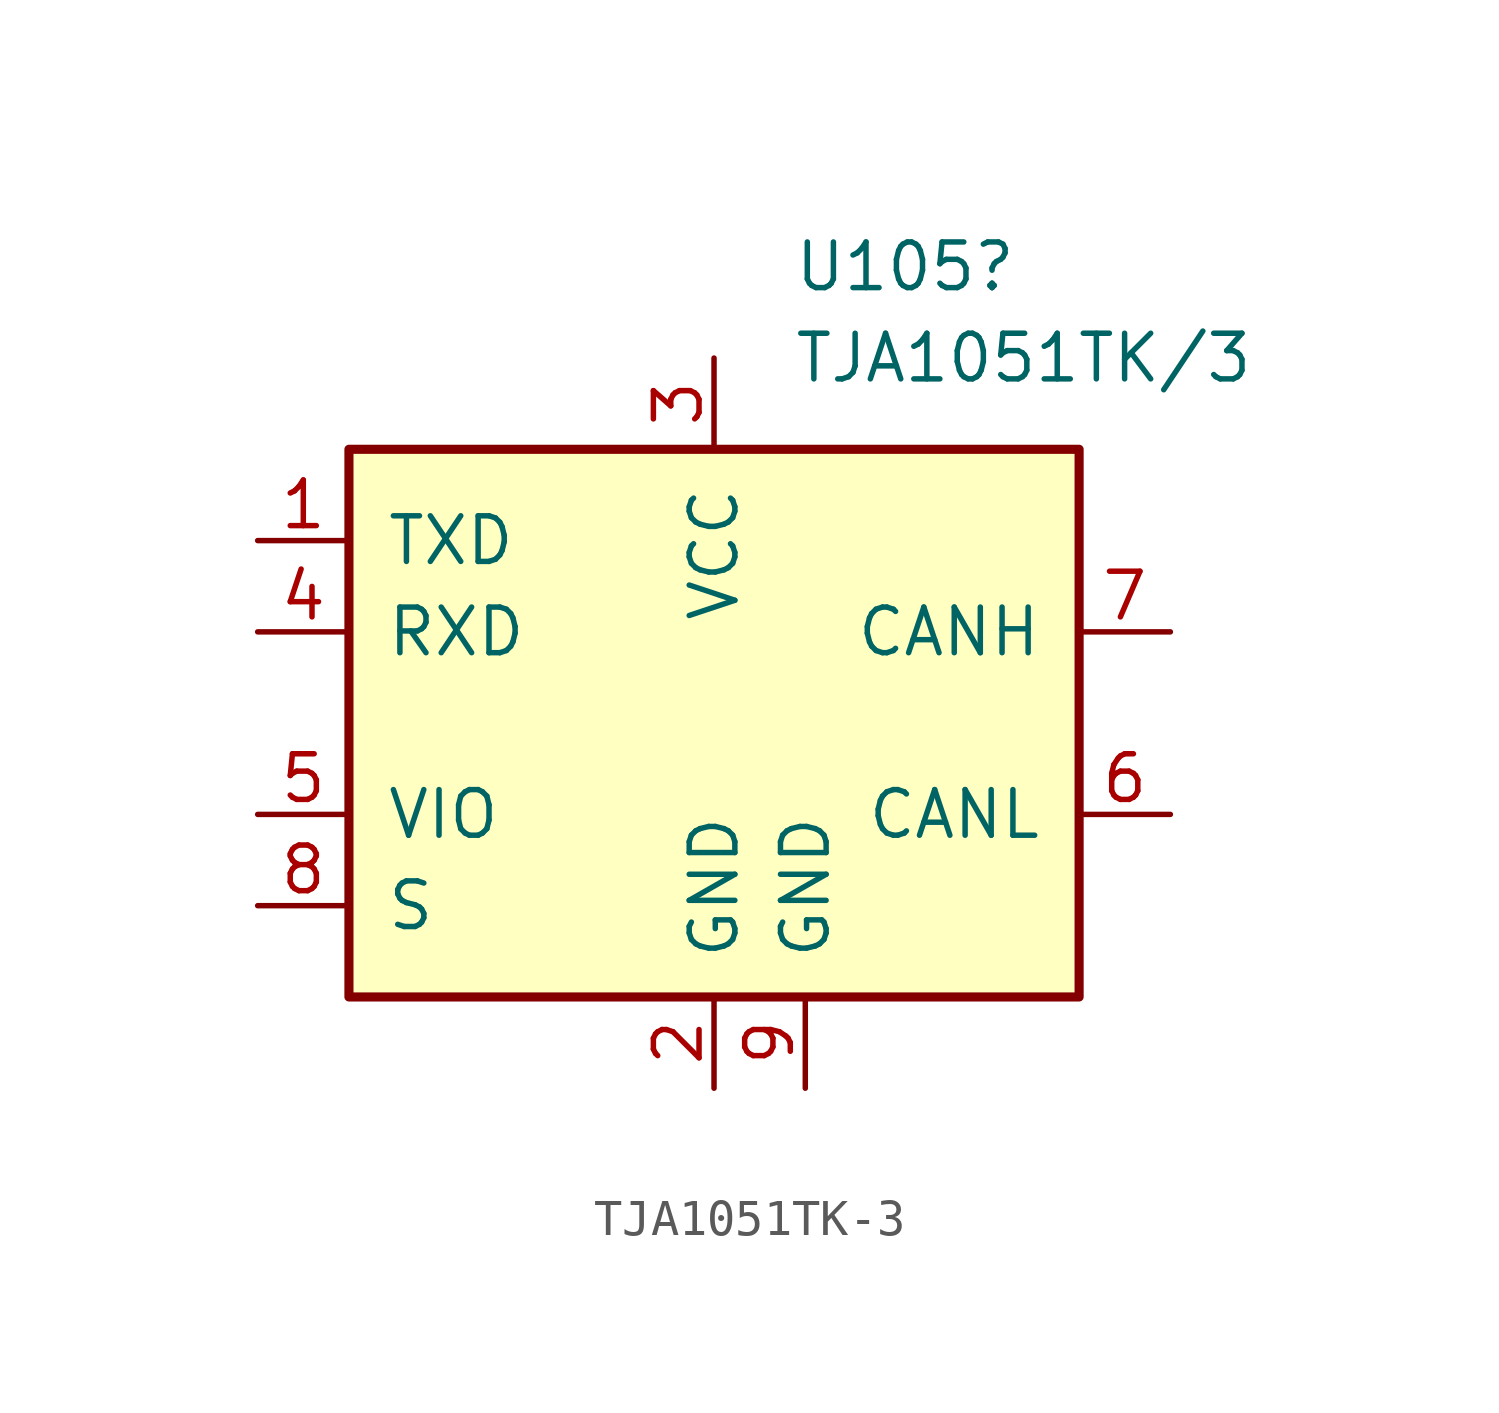
<source format=kicad_sym>
(kicad_symbol_lib
  (version 20231120)
  (generator "kicad_symbol_editor")
  (generator_version "8.0")
  (symbol "TJA1051TK-3"
    (pin_names
      (offset 1.016))
    (property "Reference" "U105"
      (at 2.194 12.7 0)
      (effects (font (size 1.27 1.27)) (justify left)))
    (property "Value" "TJA1051TK/3"
      (at 2.194 10.16 0)
      (effects (font (size 1.27 1.27)) (justify left)))
    (symbol "TJA1051TK-3_0_1"
      (rectangle (start -10.16 7.62) (end 10.16 -7.62) (stroke (width 0.254) (type default)) (fill (type background))))
    (symbol "TJA1051TK-3_1_1"
      (pin input line (at -12.7 5.08 0) (length 2.54) (name "TXD" (effects (font (size 1.27 1.27)))) (number "1" (effects (font (size 1.27 1.27)))))
      (pin power_in line (at 0 -10.16 90) (length 2.54) (name "GND" (effects (font (size 1.27 1.27)))) (number "2" (effects (font (size 1.27 1.27)))))
      (pin power_in line (at 0 10.16 270) (length 2.54) (name "VCC" (effects (font (size 1.27 1.27)))) (number "3" (effects (font (size 1.27 1.27)))))
      (pin output line (at -12.7 2.54 0) (length 2.54) (name "RXD" (effects (font (size 1.27 1.27)))) (number "4" (effects (font (size 1.27 1.27)))))
      (pin passive line (at -12.7 -2.54 0) (length 2.54) (name "VIO" (effects (font (size 1.27 1.27)))) (number "5" (effects (font (size 1.27 1.27)))))
      (pin bidirectional line (at 12.7 -2.54 180) (length 2.54) (name "CANL" (effects (font (size 1.27 1.27)))) (number "6" (effects (font (size 1.27 1.27)))))
      (pin bidirectional line (at 12.7 2.54 180) (length 2.54) (name "CANH" (effects (font (size 1.27 1.27)))) (number "7" (effects (font (size 1.27 1.27)))))
      (pin passive line (at -12.7 -5.08 0) (length 2.54) (name "S" (effects (font (size 1.27 1.27)))) (number "8" (effects (font (size 1.27 1.27)))))
      (pin power_in line (at 2.54 -10.16 90) (length 2.54) (name "GND" (effects (font (size 1.27 1.27)))) (number "9" (effects (font (size 1.27 1.27))))))))
</source>
